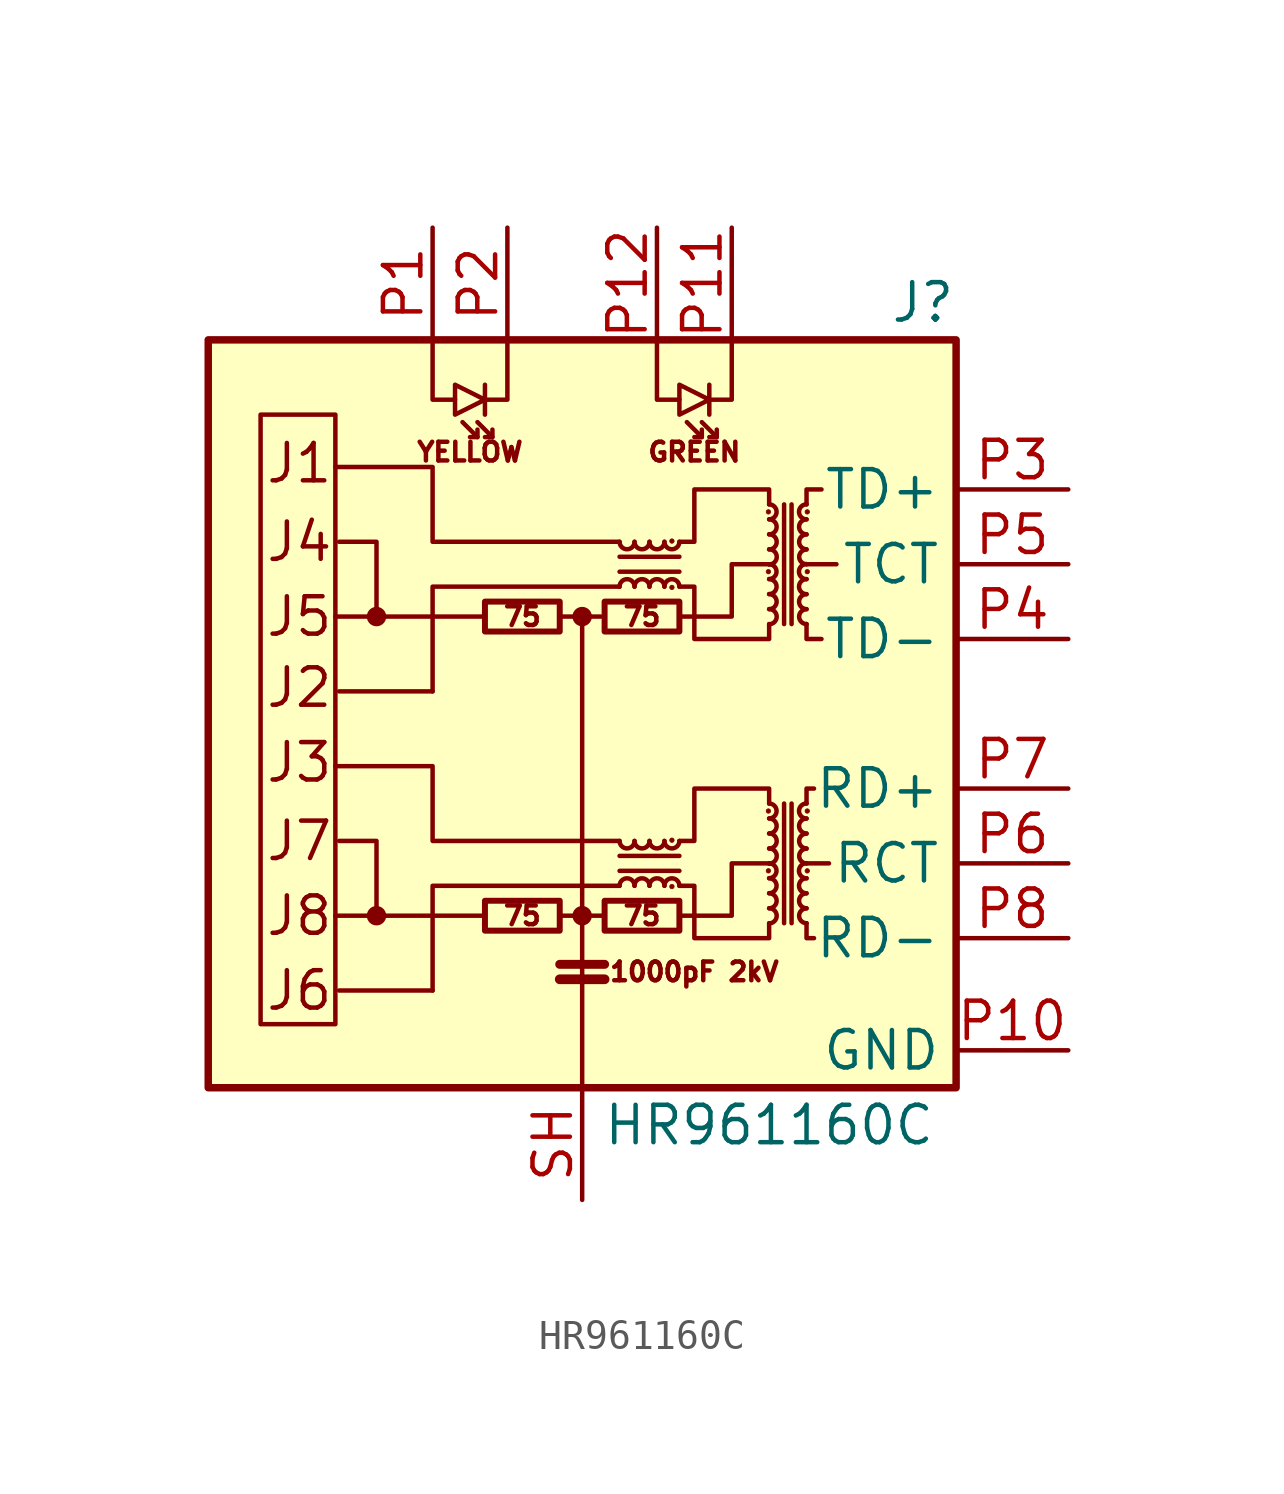
<source format=kicad_sym>
(kicad_symbol_lib
  (version 20211014)
  (generator kicad_symbol_editor)
  (symbol "HR961160C"
    (property "Reference" "J"
      (at 12.7 13.97 0)
      (effects (font (size 1.27 1.27)) (justify right)))
    (property "Value" "HR961160C"
      (at 6.35 -13.97 0)
      (effects (font (size 1.27 1.27))))
    (symbol "HR961160C_0_0"
      (rectangle (start -12.7 12.7) (end 12.7 -12.7) (stroke (width 0.254) (type default) (color 0 0 0 0)) (fill (type background)))
      (polyline (pts (xy -3.302 -6.858) (xy -8.382 -6.858)) (stroke (width 0) (type default) (color 0 0 0 0)) (fill (type none)))
      (polyline (pts (xy -3.302 3.302) (xy -8.382 3.302)) (stroke (width 0) (type default) (color 0 0 0 0)) (fill (type none)))
      (polyline (pts (xy 8.382 -5.08) (xy 7.62 -5.08)) (stroke (width 0) (type default) (color 0 0 0 0)) (fill (type none)))
      (polyline (pts (xy 8.636 5.08) (xy 7.62 5.08)) (stroke (width 0) (type default) (color 0 0 0 0)) (fill (type none)))
      (polyline (pts (xy 1.27 -4.318) (xy -5.08 -4.318) (xy -5.08 -1.778) (xy -8.382 -1.778)) (stroke (width 0) (type default) (color 0 0 0 0)) (fill (type none)))
      (polyline (pts (xy 1.27 5.842) (xy -5.08 5.842) (xy -5.08 8.382) (xy -8.382 8.382)) (stroke (width 0) (type default) (color 0 0 0 0)) (fill (type none)))
      (polyline (pts (xy 3.302 -6.858) (xy 5.08 -6.858) (xy 5.08 -5.08) (xy 6.35 -5.08)) (stroke (width 0) (type default) (color 0 0 0 0)) (fill (type none)))
      (polyline (pts (xy 3.302 3.302) (xy 5.08 3.302) (xy 5.08 5.08) (xy 6.35 5.08)) (stroke (width 0) (type default) (color 0 0 0 0)) (fill (type none)))
      (text "1000pF 2kV" (at 3.81 -8.763 0) (effects (font (size 0.635 0.635))))
      (text "75" (at -2.032 -6.858 0) (effects (font (size 0.635 0.635))))
      (text "75" (at -2.032 3.302 0) (effects (font (size 0.635 0.635))))
      (text "75" (at 2.032 -6.858 0) (effects (font (size 0.635 0.635))))
      (text "75" (at 2.032 3.302 0) (effects (font (size 0.635 0.635))))
      (text "GREEN" (at 3.81 8.89 0) (effects (font (size 0.635 0.635))))
      (text "J1" (at -10.795 8.509 0) (effects (font (size 1.27 1.27)) (justify left)))
      (text "J2" (at -10.795 0.889 0) (effects (font (size 1.27 1.27)) (justify left)))
      (text "J3" (at -10.795 -1.651 0) (effects (font (size 1.27 1.27)) (justify left)))
      (text "J4" (at -10.795 5.842 0) (effects (font (size 1.27 1.27)) (justify left)))
      (text "J5" (at -10.795 3.302 0) (effects (font (size 1.27 1.27)) (justify left)))
      (text "J6" (at -10.795 -9.398 0) (effects (font (size 1.27 1.27)) (justify left)))
      (text "J7" (at -10.795 -4.318 0) (effects (font (size 1.27 1.27)) (justify left)))
      (text "J8" (at -10.795 -6.858 0) (effects (font (size 1.27 1.27)) (justify left)))
      (text "YELLOW" (at -3.81 8.89 0) (effects (font (size 0.635 0.635)))))
    (symbol "HR961160C_0_1"
      (rectangle (start -8.382 -10.541) (end -10.922 10.16) (stroke (width 0) (type default) (color 0 0 0 0)) (fill (type none)))
      (circle (center -6.985 -6.858) (radius 0.254) (stroke (width 0) (type default) (color 0 0 0 0)) (fill (type outline)))
      (circle (center -6.985 3.302) (radius 0.254) (stroke (width 0) (type default) (color 0 0 0 0)) (fill (type outline)))
      (rectangle (start -3.302 -7.366) (end -0.762 -6.35) (stroke (width 0.203) (type default) (color 0 0 0 0)) (fill (type none)))
      (rectangle (start -3.302 2.794) (end -0.762 3.81) (stroke (width 0.203) (type default) (color 0 0 0 0)) (fill (type none)))
      (circle (center 0 -6.858) (radius 0.254) (stroke (width 0) (type default) (color 0 0 0 0)) (fill (type outline)))
      (polyline (pts (xy -5.08 -9.398) (xy -8.255 -9.398)) (stroke (width 0) (type default) (color 0 0 0 0)) (fill (type none)))
      (polyline (pts (xy -5.08 0.762) (xy -8.255 0.762)) (stroke (width 0) (type default) (color 0 0 0 0)) (fill (type none)))
      (polyline (pts (xy -3.556 9.398) (xy -4.064 9.906)) (stroke (width 0) (type default) (color 0 0 0 0)) (fill (type none)))
      (polyline (pts (xy -3.302 11.176) (xy -3.302 10.16)) (stroke (width 0) (type default) (color 0 0 0 0)) (fill (type none)))
      (polyline (pts (xy -3.048 9.398) (xy -3.556 9.906)) (stroke (width 0) (type default) (color 0 0 0 0)) (fill (type none)))
      (polyline (pts (xy -0.762 -9.017) (xy 0.762 -9.017)) (stroke (width 0.33) (type default) (color 0 0 0 0)) (fill (type none)))
      (polyline (pts (xy -0.762 -8.509) (xy 0.762 -8.509)) (stroke (width 0.305) (type default) (color 0 0 0 0)) (fill (type none)))
      (polyline (pts (xy 0 3.302) (xy -0.762 3.302)) (stroke (width 0) (type default) (color 0 0 0 0)) (fill (type none)))
      (polyline (pts (xy 0.762 -6.858) (xy -0.762 -6.858)) (stroke (width 0) (type default) (color 0 0 0 0)) (fill (type none)))
      (polyline (pts (xy 1.27 -5.334) (xy 3.302 -5.334)) (stroke (width 0) (type default) (color 0 0 0 0)) (fill (type none)))
      (polyline (pts (xy 1.27 4.826) (xy 3.302 4.826)) (stroke (width 0) (type default) (color 0 0 0 0)) (fill (type none)))
      (polyline (pts (xy 3.302 -4.826) (xy 1.27 -4.826)) (stroke (width 0) (type default) (color 0 0 0 0)) (fill (type none)))
      (polyline (pts (xy 3.302 5.334) (xy 1.27 5.334)) (stroke (width 0) (type default) (color 0 0 0 0)) (fill (type none)))
      (polyline (pts (xy 4.064 9.398) (xy 3.556 9.906)) (stroke (width 0) (type default) (color 0 0 0 0)) (fill (type none)))
      (polyline (pts (xy 4.318 11.176) (xy 4.318 10.16)) (stroke (width 0) (type default) (color 0 0 0 0)) (fill (type none)))
      (polyline (pts (xy 4.572 9.398) (xy 4.064 9.906)) (stroke (width 0) (type default) (color 0 0 0 0)) (fill (type none)))
      (polyline (pts (xy 6.858 -3.048) (xy 6.858 -7.112)) (stroke (width 0) (type default) (color 0 0 0 0)) (fill (type none)))
      (polyline (pts (xy 6.858 7.112) (xy 6.858 3.048)) (stroke (width 0) (type default) (color 0 0 0 0)) (fill (type none)))
      (polyline (pts (xy 7.112 -7.112) (xy 7.112 -3.048)) (stroke (width 0) (type default) (color 0 0 0 0)) (fill (type none)))
      (polyline (pts (xy 7.112 3.048) (xy 7.112 7.112)) (stroke (width 0) (type default) (color 0 0 0 0)) (fill (type none)))
      (polyline (pts (xy -6.985 -6.858) (xy -6.985 -4.318) (xy -8.255 -4.318)) (stroke (width 0) (type default) (color 0 0 0 0)) (fill (type none)))
      (polyline (pts (xy -6.985 3.302) (xy -6.985 5.842) (xy -8.255 5.842)) (stroke (width 0) (type default) (color 0 0 0 0)) (fill (type none)))
      (polyline (pts (xy -5.08 12.7) (xy -5.08 10.668) (xy -4.318 10.668)) (stroke (width 0) (type default) (color 0 0 0 0)) (fill (type none)))
      (polyline (pts (xy -3.556 9.652) (xy -3.556 9.398) (xy -3.81 9.398)) (stroke (width 0) (type default) (color 0 0 0 0)) (fill (type none)))
      (polyline (pts (xy -3.048 9.652) (xy -3.048 9.398) (xy -3.302 9.398)) (stroke (width 0) (type default) (color 0 0 0 0)) (fill (type none)))
      (polyline (pts (xy -2.54 12.7) (xy -2.54 10.668) (xy -3.302 10.668)) (stroke (width 0) (type default) (color 0 0 0 0)) (fill (type none)))
      (polyline (pts (xy 0 -12.7) (xy 0 3.302) (xy 0.635 3.302)) (stroke (width 0) (type default) (color 0 0 0 0)) (fill (type none)))
      (polyline (pts (xy 1.27 -5.842) (xy -5.08 -5.842) (xy -5.08 -9.398)) (stroke (width 0) (type default) (color 0 0 0 0)) (fill (type none)))
      (polyline (pts (xy 1.27 4.318) (xy -5.08 4.318) (xy -5.08 0.762)) (stroke (width 0) (type default) (color 0 0 0 0)) (fill (type none)))
      (polyline (pts (xy 2.54 12.7) (xy 2.54 10.668) (xy 3.302 10.668)) (stroke (width 0) (type default) (color 0 0 0 0)) (fill (type none)))
      (polyline (pts (xy 4.064 9.652) (xy 4.064 9.398) (xy 3.81 9.398)) (stroke (width 0) (type default) (color 0 0 0 0)) (fill (type none)))
      (polyline (pts (xy 4.572 9.652) (xy 4.572 9.398) (xy 4.318 9.398)) (stroke (width 0) (type default) (color 0 0 0 0)) (fill (type none)))
      (polyline (pts (xy 5.08 12.7) (xy 5.08 10.668) (xy 4.318 10.668)) (stroke (width 0) (type default) (color 0 0 0 0)) (fill (type none)))
      (polyline (pts (xy 7.62 -7.112) (xy 7.62 -7.62) (xy 7.874 -7.62)) (stroke (width 0) (type default) (color 0 0 0 0)) (fill (type none)))
      (polyline (pts (xy 7.62 -3.048) (xy 7.62 -2.54) (xy 7.874 -2.54)) (stroke (width 0) (type default) (color 0 0 0 0)) (fill (type none)))
      (polyline (pts (xy 7.62 3.048) (xy 7.62 2.54) (xy 8.128 2.54)) (stroke (width 0) (type default) (color 0 0 0 0)) (fill (type none)))
      (polyline (pts (xy 7.62 7.112) (xy 7.62 7.62) (xy 8.128 7.62)) (stroke (width 0) (type default) (color 0 0 0 0)) (fill (type none)))
      (polyline (pts (xy -3.302 10.668) (xy -4.318 11.176) (xy -4.318 10.16) (xy -3.302 10.668)) (stroke (width 0) (type default) (color 0 0 0 0)) (fill (type none)))
      (polyline (pts (xy 4.318 10.668) (xy 3.302 11.176) (xy 3.302 10.16) (xy 4.318 10.668)) (stroke (width 0) (type default) (color 0 0 0 0)) (fill (type none)))
      (polyline (pts (xy 3.302 -4.318) (xy 3.81 -4.318) (xy 3.81 -2.54) (xy 6.35 -2.54) (xy 6.35 -3.048)) (stroke (width 0) (type default) (color 0 0 0 0)) (fill (type none)))
      (polyline (pts (xy 3.302 5.842) (xy 3.81 5.842) (xy 3.81 7.62) (xy 6.35 7.62) (xy 6.35 7.112)) (stroke (width 0) (type default) (color 0 0 0 0)) (fill (type none)))
      (polyline (pts (xy 6.35 -7.112) (xy 6.35 -7.62) (xy 3.81 -7.62) (xy 3.81 -5.842) (xy 3.302 -5.842)) (stroke (width 0) (type default) (color 0 0 0 0)) (fill (type none)))
      (polyline (pts (xy 6.35 3.048) (xy 6.35 2.54) (xy 3.81 2.54) (xy 3.81 4.318) (xy 3.302 4.318)) (stroke (width 0) (type default) (color 0 0 0 0)) (fill (type none)))
      (circle (center 0 3.302) (radius 0.254) (stroke (width 0) (type default) (color 0 0 0 0)) (fill (type outline)))
      (rectangle (start 0.762 -7.366) (end 3.302 -6.35) (stroke (width 0.203) (type default) (color 0 0 0 0)) (fill (type none)))
      (rectangle (start 0.762 2.794) (end 3.302 3.81) (stroke (width 0.203) (type default) (color 0 0 0 0)) (fill (type none)))
      (arc (start 1.27 -4.318) (mid 1.524 -4.572) (end 1.778 -4.318) (stroke (width 0) (type default) (color 0 0 0 0)) (fill (type none)))
      (arc (start 1.27 5.842) (mid 1.524 5.588) (end 1.778 5.842) (stroke (width 0) (type default) (color 0 0 0 0)) (fill (type none)))
      (arc (start 1.778 -5.842) (mid 1.524 -5.588) (end 1.27 -5.842) (stroke (width 0) (type default) (color 0 0 0 0)) (fill (type none)))
      (arc (start 1.778 -4.318) (mid 2.032 -4.572) (end 2.286 -4.318) (stroke (width 0) (type default) (color 0 0 0 0)) (fill (type none)))
      (arc (start 1.778 4.318) (mid 1.524 4.572) (end 1.27 4.318) (stroke (width 0) (type default) (color 0 0 0 0)) (fill (type none)))
      (arc (start 1.778 5.842) (mid 2.032 5.588) (end 2.286 5.842) (stroke (width 0) (type default) (color 0 0 0 0)) (fill (type none)))
      (arc (start 2.286 -5.842) (mid 2.032 -5.588) (end 1.778 -5.842) (stroke (width 0) (type default) (color 0 0 0 0)) (fill (type none)))
      (arc (start 2.286 -4.318) (mid 2.54 -4.572) (end 2.794 -4.318) (stroke (width 0) (type default) (color 0 0 0 0)) (fill (type none)))
      (arc (start 2.286 4.318) (mid 2.032 4.572) (end 1.778 4.318) (stroke (width 0) (type default) (color 0 0 0 0)) (fill (type none)))
      (arc (start 2.286 5.842) (mid 2.54 5.588) (end 2.794 5.842) (stroke (width 0) (type default) (color 0 0 0 0)) (fill (type none)))
      (arc (start 2.794 -5.842) (mid 2.54 -5.588) (end 2.286 -5.842) (stroke (width 0) (type default) (color 0 0 0 0)) (fill (type none)))
      (arc (start 2.794 -4.318) (mid 3.048 -4.572) (end 3.302 -4.318) (stroke (width 0) (type default) (color 0 0 0 0)) (fill (type none)))
      (arc (start 2.794 4.318) (mid 2.54 4.572) (end 2.286 4.318) (stroke (width 0) (type default) (color 0 0 0 0)) (fill (type none)))
      (arc (start 2.794 5.842) (mid 3.048 5.588) (end 3.302 5.842) (stroke (width 0) (type default) (color 0 0 0 0)) (fill (type none)))
      (circle (center 3.048 -5.867) (radius 0.076) (stroke (width 0.025) (type default) (color 0 0 0 0)) (fill (type outline)))
      (circle (center 3.048 -4.293) (radius 0.076) (stroke (width 0.025) (type default) (color 0 0 0 0)) (fill (type outline)))
      (circle (center 3.048 4.293) (radius 0.076) (stroke (width 0.025) (type default) (color 0 0 0 0)) (fill (type outline)))
      (circle (center 3.048 5.867) (radius 0.076) (stroke (width 0.025) (type default) (color 0 0 0 0)) (fill (type outline)))
      (arc (start 3.302 -5.842) (mid 3.048 -5.588) (end 2.794 -5.842) (stroke (width 0) (type default) (color 0 0 0 0)) (fill (type none)))
      (arc (start 3.302 4.318) (mid 3.048 4.572) (end 2.794 4.318) (stroke (width 0) (type default) (color 0 0 0 0)) (fill (type none)))
      (circle (center 6.325 -5.334) (radius 0.076) (stroke (width 0.025) (type default) (color 0 0 0 0)) (fill (type outline)))
      (circle (center 6.325 -3.302) (radius 0.076) (stroke (width 0.025) (type default) (color 0 0 0 0)) (fill (type outline)))
      (circle (center 6.325 4.826) (radius 0.076) (stroke (width 0.025) (type default) (color 0 0 0 0)) (fill (type outline)))
      (circle (center 6.325 6.858) (radius 0.076) (stroke (width 0.025) (type default) (color 0 0 0 0)) (fill (type outline)))
      (arc (start 6.35 -7.112) (mid 6.604 -6.858) (end 6.35 -6.604) (stroke (width 0) (type default) (color 0 0 0 0)) (fill (type none)))
      (arc (start 6.35 -6.604) (mid 6.604 -6.35) (end 6.35 -6.096) (stroke (width 0) (type default) (color 0 0 0 0)) (fill (type none)))
      (arc (start 6.35 -6.096) (mid 6.604 -5.842) (end 6.35 -5.588) (stroke (width 0) (type default) (color 0 0 0 0)) (fill (type none)))
      (arc (start 6.35 -5.588) (mid 6.604 -5.334) (end 6.35 -5.08) (stroke (width 0) (type default) (color 0 0 0 0)) (fill (type none)))
      (arc (start 6.35 -5.08) (mid 6.604 -4.826) (end 6.35 -4.572) (stroke (width 0) (type default) (color 0 0 0 0)) (fill (type none)))
      (arc (start 6.35 -4.572) (mid 6.604 -4.318) (end 6.35 -4.064) (stroke (width 0) (type default) (color 0 0 0 0)) (fill (type none)))
      (arc (start 6.35 -4.064) (mid 6.604 -3.81) (end 6.35 -3.556) (stroke (width 0) (type default) (color 0 0 0 0)) (fill (type none)))
      (arc (start 6.35 -3.556) (mid 6.604 -3.302) (end 6.35 -3.048) (stroke (width 0) (type default) (color 0 0 0 0)) (fill (type none)))
      (arc (start 6.35 3.048) (mid 6.604 3.302) (end 6.35 3.556) (stroke (width 0) (type default) (color 0 0 0 0)) (fill (type none)))
      (arc (start 6.35 3.556) (mid 6.604 3.81) (end 6.35 4.064) (stroke (width 0) (type default) (color 0 0 0 0)) (fill (type none)))
      (arc (start 6.35 4.064) (mid 6.604 4.318) (end 6.35 4.572) (stroke (width 0) (type default) (color 0 0 0 0)) (fill (type none)))
      (arc (start 6.35 4.572) (mid 6.604 4.826) (end 6.35 5.08) (stroke (width 0) (type default) (color 0 0 0 0)) (fill (type none)))
      (arc (start 6.35 5.08) (mid 6.604 5.334) (end 6.35 5.588) (stroke (width 0) (type default) (color 0 0 0 0)) (fill (type none)))
      (arc (start 6.35 5.588) (mid 6.604 5.842) (end 6.35 6.096) (stroke (width 0) (type default) (color 0 0 0 0)) (fill (type none)))
      (arc (start 6.35 6.096) (mid 6.604 6.35) (end 6.35 6.604) (stroke (width 0) (type default) (color 0 0 0 0)) (fill (type none)))
      (arc (start 6.35 6.604) (mid 6.604 6.858) (end 6.35 7.112) (stroke (width 0) (type default) (color 0 0 0 0)) (fill (type none)))
      (arc (start 7.62 -6.604) (mid 7.366 -6.858) (end 7.62 -7.112) (stroke (width 0) (type default) (color 0 0 0 0)) (fill (type none)))
      (arc (start 7.62 -6.096) (mid 7.366 -6.35) (end 7.62 -6.604) (stroke (width 0) (type default) (color 0 0 0 0)) (fill (type none)))
      (arc (start 7.62 -5.588) (mid 7.366 -5.842) (end 7.62 -6.096) (stroke (width 0) (type default) (color 0 0 0 0)) (fill (type none)))
      (arc (start 7.62 -5.08) (mid 7.366 -5.334) (end 7.62 -5.588) (stroke (width 0) (type default) (color 0 0 0 0)) (fill (type none)))
      (arc (start 7.62 -4.572) (mid 7.366 -4.826) (end 7.62 -5.08) (stroke (width 0) (type default) (color 0 0 0 0)) (fill (type none)))
      (arc (start 7.62 -4.064) (mid 7.366 -4.318) (end 7.62 -4.572) (stroke (width 0) (type default) (color 0 0 0 0)) (fill (type none)))
      (arc (start 7.62 -3.556) (mid 7.366 -3.81) (end 7.62 -4.064) (stroke (width 0) (type default) (color 0 0 0 0)) (fill (type none)))
      (arc (start 7.62 -3.048) (mid 7.366 -3.302) (end 7.62 -3.556) (stroke (width 0) (type default) (color 0 0 0 0)) (fill (type none)))
      (arc (start 7.62 3.556) (mid 7.366 3.302) (end 7.62 3.048) (stroke (width 0) (type default) (color 0 0 0 0)) (fill (type none)))
      (arc (start 7.62 4.064) (mid 7.366 3.81) (end 7.62 3.556) (stroke (width 0) (type default) (color 0 0 0 0)) (fill (type none)))
      (arc (start 7.62 4.572) (mid 7.366 4.318) (end 7.62 4.064) (stroke (width 0) (type default) (color 0 0 0 0)) (fill (type none)))
      (arc (start 7.62 5.08) (mid 7.366 4.826) (end 7.62 4.572) (stroke (width 0) (type default) (color 0 0 0 0)) (fill (type none)))
      (arc (start 7.62 5.588) (mid 7.366 5.334) (end 7.62 5.08) (stroke (width 0) (type default) (color 0 0 0 0)) (fill (type none)))
      (arc (start 7.62 6.096) (mid 7.366 5.842) (end 7.62 5.588) (stroke (width 0) (type default) (color 0 0 0 0)) (fill (type none)))
      (arc (start 7.62 6.604) (mid 7.366 6.35) (end 7.62 6.096) (stroke (width 0) (type default) (color 0 0 0 0)) (fill (type none)))
      (arc (start 7.62 7.112) (mid 7.366 6.858) (end 7.62 6.604) (stroke (width 0) (type default) (color 0 0 0 0)) (fill (type none)))
      (circle (center 7.645 -5.334) (radius 0.076) (stroke (width 0.025) (type default) (color 0 0 0 0)) (fill (type outline)))
      (circle (center 7.645 -3.302) (radius 0.076) (stroke (width 0.025) (type default) (color 0 0 0 0)) (fill (type outline)))
      (circle (center 7.645 4.826) (radius 0.076) (stroke (width 0.025) (type default) (color 0 0 0 0)) (fill (type outline)))
      (circle (center 7.645 6.858) (radius 0.076) (stroke (width 0.025) (type default) (color 0 0 0 0)) (fill (type outline))))
    (symbol "HR961160C_1_1"
      (pin passive line (at -5.08 16.51 270) (length 3.81) (name "~" (effects (font (size 1.27 1.27)))) (number "P1" (effects (font (size 1.27 1.27)))))
      (pin passive line (at 16.51 -11.43 180) (length 3.81) (name "GND" (effects (font (size 1.27 1.27)))) (number "P10" (effects (font (size 1.27 1.27)))))
      (pin passive line (at 5.08 16.51 270) (length 3.81) (name "~" (effects (font (size 1.27 1.27)))) (number "P11" (effects (font (size 1.27 1.27)))))
      (pin passive line (at 2.54 16.51 270) (length 3.81) (name "~" (effects (font (size 1.27 1.27)))) (number "P12" (effects (font (size 1.27 1.27)))))
      (pin passive line (at -2.54 16.51 270) (length 3.81) (name "~" (effects (font (size 1.27 1.27)))) (number "P2" (effects (font (size 1.27 1.27)))))
      (pin passive line (at 16.51 7.62 180) (length 3.81) (name "TD+" (effects (font (size 1.27 1.27)))) (number "P3" (effects (font (size 1.27 1.27)))))
      (pin passive line (at 16.51 2.54 180) (length 3.81) (name "TD-" (effects (font (size 1.27 1.27)))) (number "P4" (effects (font (size 1.27 1.27)))))
      (pin passive line (at 16.51 5.08 180) (length 3.81) (name "TCT" (effects (font (size 1.27 1.27)))) (number "P5" (effects (font (size 1.27 1.27)))))
      (pin passive line (at 16.51 -5.08 180) (length 3.81) (name "RCT" (effects (font (size 1.27 1.27)))) (number "P6" (effects (font (size 1.27 1.27)))))
      (pin passive line (at 16.51 -2.54 180) (length 3.81) (name "RD+" (effects (font (size 1.27 1.27)))) (number "P7" (effects (font (size 1.27 1.27)))))
      (pin passive line (at 16.51 -7.62 180) (length 3.81) (name "RD-" (effects (font (size 1.27 1.27)))) (number "P8" (effects (font (size 1.27 1.27)))))
      (pin passive line (at 1.27 -11.43 180) (length 2.54) hide (name "NC" (effects (font (size 1.27 1.27)))) (number "P9" (effects (font (size 1.27 1.27)))))
      (pin passive line (at 0 -16.51 90) (length 3.81) (name "~" (effects (font (size 1.27 1.27)))) (number "SH" (effects (font (size 1.27 1.27))))))))
</source>
